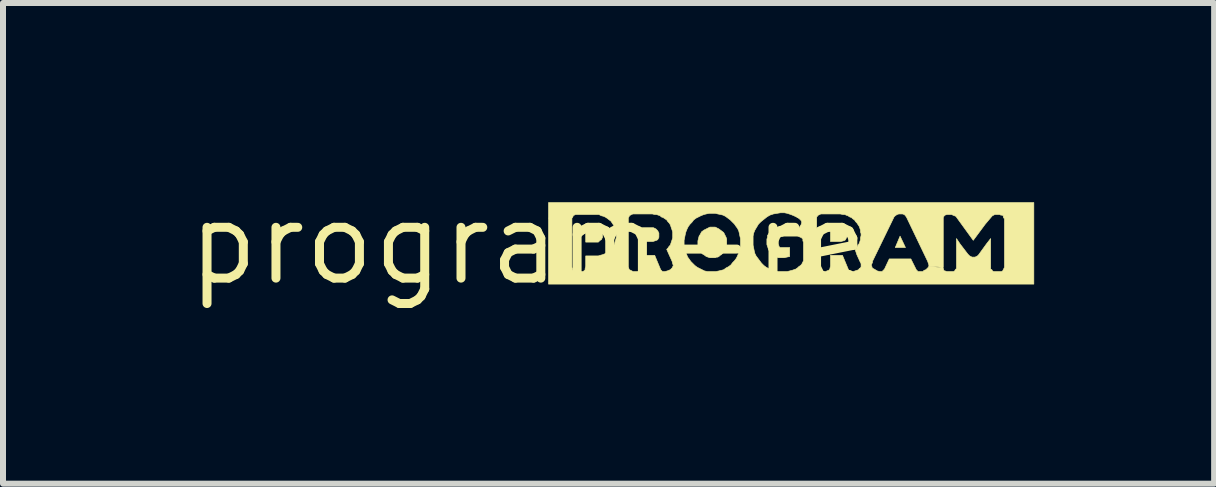
<source format=kicad_pcb>
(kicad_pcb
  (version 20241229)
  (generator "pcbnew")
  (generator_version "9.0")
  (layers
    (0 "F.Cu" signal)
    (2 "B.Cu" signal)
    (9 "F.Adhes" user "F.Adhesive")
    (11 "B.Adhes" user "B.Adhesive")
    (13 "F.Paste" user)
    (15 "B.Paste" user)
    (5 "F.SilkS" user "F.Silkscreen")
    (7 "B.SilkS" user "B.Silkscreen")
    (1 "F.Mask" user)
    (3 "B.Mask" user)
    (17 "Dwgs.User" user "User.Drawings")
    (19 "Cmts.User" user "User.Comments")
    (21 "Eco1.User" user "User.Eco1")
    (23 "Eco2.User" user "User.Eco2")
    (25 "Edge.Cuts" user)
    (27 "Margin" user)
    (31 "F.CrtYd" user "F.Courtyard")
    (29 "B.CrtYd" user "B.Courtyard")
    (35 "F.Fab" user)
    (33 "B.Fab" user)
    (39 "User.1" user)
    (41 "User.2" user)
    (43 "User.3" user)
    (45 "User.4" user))
  (footprint "program-re"
    (layer "F.Cu")
    (at 5.753 1.006)
    (property "Reference" "program-re" (at 0 0 0) (layer "F.SilkS") (effects (font (size 1.27 1.27) (thickness 0.15))))
    (attr board_only exclude_from_pos_files exclude_from_bom)
    (fp_poly (pts (xy 6.2 -0.12) (xy 6.12 0.07) (xy 6.29 0.07) (xy 6.2 -0.12)) (stroke (width 0.01) (type solid)) (fill yes) (layer "F.SilkS"))
    (fp_poly (pts (xy 1.17 -0.02) (xy 1.2 -0.05) (xy 1.22 -0.06) (xy 1.23 -0.08) (xy 1.24 -0.1) (xy 1.24 -0.13) (xy 1.24 -0.16) (xy 1.23 -0.19) (xy 1.21 -0.21) (xy 1.2 -0.22) (xy 1.18 -0.24) (xy 1.16 -0.24) (xy 1.14 -0.25) (xy 1.13 -0.25) (xy 0.96 -0.25) (xy 0.96 -0.02) (xy 1.16 -0.02) (xy 1.17 -0.02)) (stroke (width 0.01) (type solid)) (fill yes) (layer "F.SilkS"))
    (fp_poly (pts (xy 1.9 -0.03) (xy 2.08 -0.03) (xy 2.11 -0.04) (xy 2.14 -0.05) (xy 2.16 -0.06) (xy 2.17 -0.08) (xy 2.18 -0.1) (xy 2.18 -0.12) (xy 2.18 -0.14) (xy 2.18 -0.17) (xy 2.17 -0.19) (xy 2.16 -0.21) (xy 2.15 -0.22) (xy 2.13 -0.24) (xy 2.11 -0.25) (xy 2.09 -0.26) (xy 2.07 -0.26) (xy 1.9 -0.26) (xy 1.9 -0.03)) (stroke (width 0.01) (type solid)) (fill yes) (layer "F.SilkS"))
    (fp_poly (pts (xy 5.04 -0.03) (xy 5.21 -0.03) (xy 5.25 -0.04) (xy 5.28 -0.05) (xy 5.29 -0.06) (xy 5.3 -0.08) (xy 5.31 -0.1) (xy 5.32 -0.12) (xy 5.32 -0.14) (xy 5.31 -0.17) (xy 5.31 -0.19) (xy 5.3 -0.21) (xy 5.28 -0.22) (xy 5.26 -0.24) (xy 5.24 -0.25) (xy 5.22 -0.26) (xy 5.2 -0.26) (xy 5.04 -0.26) (xy 5.04 -0.03)) (stroke (width 0.01) (type solid)) (fill yes) (layer "F.SilkS"))
    (fp_poly (pts (xy 2.83 0.1) (xy 2.91 0.18) (xy 2.93 0.19) (xy 2.97 0.22) (xy 3 0.23) (xy 3.03 0.24) (xy 3.05 0.24) (xy 3.07 0.24) (xy 3.1 0.24) (xy 3.12 0.24) (xy 3.14 0.23) (xy 3.16 0.23) (xy 3.18 0.22) (xy 3.2 0.2) (xy 3.22 0.19) (xy 3.24 0.17) (xy 3.26 0.15) (xy 3.27 0.13) (xy 3.29 0.11) (xy 3.29 0.09) (xy 3.3 0.07) (xy 3.31 0.04) (xy 3.31 0.02) (xy 3.31 -0.01) (xy 3.31 -0.04) (xy 3.31 -0.07) (xy 3.3 -0.1) (xy 3.29 -0.12) (xy 3.28 -0.14) (xy 3.27 -0.16) (xy 3.26 -0.18) (xy 3.22 -0.21) (xy 3.18 -0.24) (xy 3.16 -0.25) (xy 3.14 -0.26) (xy 3.12 -0.27) (xy 3.1 -0.27) (xy 3.07 -0.27) (xy 3.05 -0.27) (xy 3.03 -0.27) (xy 3.01 -0.26) (xy 2.97 -0.24) (xy 2.93 -0.22) (xy 2.89 -0.19) (xy 2.87 -0.15) (xy 2.85 -0.12) (xy 2.84 -0.08) (xy 2.83 -0.04) (xy 2.83 0.1)) (stroke (width 0.01) (type solid)) (fill yes) (layer "F.SilkS"))
    (fp_poly (pts (xy 0.68 -0.68) (xy 0.34 -0.68) (xy 0.34 0.68) (xy 8.43 0.68) (xy 8.43 -0.68) (xy 0.68 -0.68) (xy 0.77 -0.47) (xy 0.79 -0.48) (xy 0.81 -0.48) (xy 0.84 -0.48) (xy 1.14 -0.48) (xy 1.18 -0.48) (xy 1.22 -0.46) (xy 1.26 -0.45) (xy 1.3 -0.43) (xy 1.34 -0.4) (xy 1.38 -0.37) (xy 1.4 -0.34) (xy 1.42 -0.31) (xy 1.67 -0.42) (xy 1.67 -0.43) (xy 1.68 -0.44) (xy 1.69 -0.46) (xy 1.7 -0.47) (xy 1.71 -0.47) (xy 1.72 -0.48) (xy 1.75 -0.49) (xy 1.77 -0.49) (xy 2.07 -0.49) (xy 2.11 -0.48) (xy 2.14 -0.48) (xy 2.17 -0.47) (xy 2.2 -0.46) (xy 2.22 -0.44) (xy 2.25 -0.43) (xy 2.28 -0.41) (xy 2.31 -0.39) (xy 2.33 -0.36) (xy 2.35 -0.34) (xy 2.37 -0.31) (xy 2.38 -0.28) (xy 2.39 -0.25) (xy 2.4 -0.22) (xy 2.41 -0.19) (xy 2.41 -0.16) (xy 2.41 -0.13) (xy 2.41 -0.09) (xy 2.6 -0.05) (xy 2.61 -0.1) (xy 2.62 -0.15) (xy 2.63 -0.19) (xy 2.65 -0.24) (xy 2.67 -0.28) (xy 2.7 -0.32) (xy 2.73 -0.35) (xy 2.76 -0.39) (xy 2.8 -0.42) (xy 2.84 -0.44) (xy 2.88 -0.46) (xy 2.93 -0.48) (xy 2.97 -0.49) (xy 3.02 -0.5) (xy 3.07 -0.5) (xy 3.12 -0.5) (xy 3.16 -0.49) (xy 3.21 -0.48) (xy 3.25 -0.47) (xy 3.29 -0.45) (xy 3.33 -0.42) (xy 3.37 -0.39) (xy 3.4 -0.36) (xy 3.44 -0.32) (xy 3.46 -0.29) (xy 3.49 -0.25) (xy 3.51 -0.21) (xy 3.52 -0.17) (xy 3.53 -0.12) (xy 3.54 -0.08) (xy 3.54 -0.03) (xy 3.75 -0.02) (xy 3.75 -0.07) (xy 3.75 -0.12) (xy 3.76 -0.17) (xy 3.78 -0.22) (xy 3.81 -0.27) (xy 3.84 -0.32) (xy 3.88 -0.36) (xy 3.93 -0.4) (xy 3.98 -0.44) (xy 4.03 -0.47) (xy 4.09 -0.49) (xy 4.15 -0.5) (xy 4.21 -0.51) (xy 4.27 -0.51) (xy 4.32 -0.5) (xy 4.38 -0.48) (xy 4.43 -0.46) (xy 4.49 -0.43) (xy 4.52 -0.41) (xy 4.53 -0.4) (xy 4.55 -0.38) (xy 4.56 -0.36) (xy 4.56 -0.34) (xy 4.55 -0.31) (xy 4.53 -0.28) (xy 4.52 -0.26) (xy 4.49 -0.23) (xy 4.46 -0.22) (xy 4.45 -0.21) (xy 4.44 -0.21) (xy 4.42 -0.21) (xy 4.39 -0.23) (xy 4.33 -0.26) (xy 4.31 -0.27) (xy 4.29 -0.27) (xy 4.24 -0.28) (xy 4.19 -0.28) (xy 4.16 -0.27) (xy 4.13 -0.26) (xy 4.11 -0.25) (xy 4.08 -0.24) (xy 4.06 -0.22) (xy 4.04 -0.2) (xy 4.02 -0.18) (xy 4.01 -0.16) (xy 3.99 -0.13) (xy 3.99 -0.1) (xy 3.98 -0.07) (xy 3.98 -0.04) (xy 3.98 -0.01) (xy 3.98 0.02) (xy 3.99 0.05) (xy 4 0.08) (xy 4.01 0.11) (xy 4.03 0.14) (xy 4.05 0.16) (xy 4.07 0.18) (xy 4.1 0.2) (xy 4.12 0.22) (xy 4.15 0.23) (xy 4.17 0.24) (xy 4.22 0.24) (xy 4.27 0.24) (xy 4.31 0.23) (xy 4.36 0.22) (xy 4.36 0.07) (xy 4.25 0.07) (xy 4.22 0.07) (xy 4.2 0.07) (xy 4.19 0.06) (xy 4.18 0.05) (xy 4.18 0.04) (xy 4.17 0.01) (xy 4.17 -0.04) (xy 4.18 -0.06) (xy 4.18 -0.09) (xy 4.19 -0.1) (xy 4.21 -0.11) (xy 4.23 -0.11) (xy 4.26 -0.12) (xy 4.49 -0.12) (xy 4.52 -0.11) (xy 4.54 -0.1) (xy 4.55 -0.1) (xy 4.57 -0.08) (xy 4.58 -0.07) (xy 4.58 -0.06) (xy 4.58 -0.04) (xy 4.59 -0.02) (xy 4.59 0.29) (xy 4.58 0.31) (xy 4.81 0.36) (xy 4.81 -0.42) (xy 4.81 -0.43) (xy 4.81 -0.44) (xy 4.83 -0.46) (xy 4.83 -0.47) (xy 4.84 -0.47) (xy 4.86 -0.48) (xy 4.88 -0.49) (xy 4.91 -0.49) (xy 5.2 -0.49) (xy 5.25 -0.48) (xy 5.28 -0.48) (xy 5.3 -0.47) (xy 5.33 -0.46) (xy 5.36 -0.44) (xy 5.39 -0.43) (xy 5.41 -0.41) (xy 5.44 -0.39) (xy 5.46 -0.36) (xy 5.48 -0.34) (xy 5.5 -0.31) (xy 5.52 -0.28) (xy 5.53 -0.25) (xy 5.54 -0.22) (xy 5.54 -0.19) (xy 5.55 -0.16) (xy 5.55 -0.13) (xy 5.54 -0.09) (xy 5.54 -0.06) (xy 5.53 -0.03) (xy 5.52 0) (xy 5.5 0.03) (xy 5.49 0.05) (xy 5.47 0.08) (xy 5.45 0.1) (xy 5.48 0.19) (xy 5.53 0.3) (xy 5.55 0.34) (xy 5.55 0.37) (xy 5.72 0.37) (xy 5.72 0.36) (xy 5.74 0.32) (xy 5.74 0.3) (xy 6.1 -0.44) (xy 6.12 -0.46) (xy 6.15 -0.48) (xy 6.18 -0.49) (xy 6.21 -0.49) (xy 6.24 -0.49) (xy 6.27 -0.48) (xy 6.29 -0.46) (xy 6.31 -0.43) (xy 6.66 0.3) (xy 6.67 0.33) (xy 6.68 0.36) (xy 6.68 0.38) (xy 6.92 0.4) (xy 6.92 -0.41) (xy 6.92 -0.42) (xy 6.92 -0.43) (xy 6.93 -0.45) (xy 6.94 -0.46) (xy 6.95 -0.47) (xy 6.98 -0.48) (xy 7 -0.48) (xy 7.04 -0.48) (xy 7.06 -0.48) (xy 7.08 -0.47) (xy 7.13 -0.45) (xy 7.42 -0.05) (xy 7.62 -0.32) (xy 7.73 -0.45) (xy 7.74 -0.46) (xy 7.76 -0.47) (xy 7.78 -0.48) (xy 7.82 -0.48) (xy 7.86 -0.48) (xy 7.88 -0.47) (xy 7.9 -0.47) (xy 7.92 -0.46) (xy 7.92 -0.44) (xy 7.93 -0.42) (xy 7.94 -0.41) (xy 7.94 0.36) (xy 7.94 0.4) (xy 7.93 0.42) (xy 7.92 0.44) (xy 7.91 0.46) (xy 7.89 0.47) (xy 7.87 0.47) (xy 7.83 0.47) (xy 7.79 0.47) (xy 7.76 0.47) (xy 7.74 0.46) (xy 7.73 0.44) (xy 7.71 0.43) (xy 7.71 0.4) (xy 7.71 0.37) (xy 7.71 -0.08) (xy 7.64 0.01) (xy 7.51 0.19) (xy 7.49 0.21) (xy 7.47 0.22) (xy 7.45 0.23) (xy 7.43 0.23) (xy 7.4 0.23) (xy 7.38 0.22) (xy 7.36 0.21) (xy 7.34 0.19) (xy 7.33 0.18) (xy 7.2 0.01) (xy 7.14 -0.08) (xy 7.14 0.41) (xy 7.14 0.42) (xy 7.12 0.44) (xy 7.11 0.46) (xy 7.09 0.47) (xy 7.06 0.47) (xy 7.02 0.47) (xy 6.98 0.47) (xy 6.95 0.46) (xy 6.94 0.46) (xy 6.93 0.45) (xy 6.92 0.42) (xy 6.92 0.41) (xy 6.68 0.38) (xy 6.67 0.4) (xy 6.66 0.41) (xy 6.64 0.43) (xy 6.63 0.44) (xy 6.6 0.45) (xy 6.58 0.47) (xy 6.55 0.47) (xy 6.53 0.47) (xy 6.52 0.47) (xy 6.5 0.47) (xy 6.49 0.46) (xy 6.48 0.45) (xy 6.47 0.44) (xy 6.45 0.4) (xy 6.38 0.26) (xy 6.02 0.26) (xy 5.94 0.43) (xy 5.93 0.44) (xy 5.91 0.46) (xy 5.9 0.47) (xy 5.88 0.47) (xy 5.87 0.47) (xy 5.86 0.47) (xy 5.82 0.46) (xy 5.77 0.43) (xy 5.75 0.42) (xy 5.74 0.41) (xy 5.73 0.4) (xy 5.73 0.38) (xy 5.72 0.37) (xy 5.55 0.37) (xy 5.55 0.39) (xy 5.54 0.41) (xy 5.52 0.42) (xy 5.51 0.44) (xy 5.45 0.46) (xy 5.42 0.47) (xy 5.4 0.47) (xy 5.39 0.47) (xy 5.38 0.47) (xy 5.36 0.46) (xy 5.35 0.45) (xy 5.34 0.44) (xy 5.24 0.2) (xy 5.04 0.2) (xy 5.04 0.38) (xy 5.03 0.42) (xy 5.03 0.43) (xy 5.02 0.44) (xy 5.01 0.45) (xy 4.98 0.46) (xy 4.96 0.47) (xy 4.92 0.47) (xy 4.89 0.47) (xy 4.86 0.46) (xy 4.84 0.45) (xy 4.83 0.44) (xy 4.82 0.43) (xy 4.82 0.42) (xy 4.81 0.39) (xy 4.81 0.36) (xy 4.58 0.31) (xy 4.57 0.33) (xy 4.56 0.35) (xy 4.54 0.37) (xy 4.51 0.39) (xy 4.49 0.41) (xy 4.46 0.43) (xy 4.43 0.44) (xy 4.4 0.45) (xy 4.36 0.46) (xy 4.32 0.47) (xy 4.28 0.47) (xy 4.24 0.47) (xy 4.2 0.47) (xy 4.16 0.47) (xy 4.13 0.46) (xy 4.09 0.46) (xy 4.05 0.44) (xy 4.01 0.42) (xy 3.97 0.4) (xy 3.93 0.37) (xy 3.89 0.33) (xy 3.86 0.29) (xy 3.83 0.25) (xy 3.8 0.21) (xy 3.78 0.17) (xy 3.77 0.13) (xy 3.76 0.08) (xy 3.75 0.03) (xy 3.75 -0.02) (xy 3.54 -0.03) (xy 3.54 0.02) (xy 3.54 0.07) (xy 3.53 0.12) (xy 3.51 0.16) (xy 3.49 0.21) (xy 3.47 0.25) (xy 3.44 0.29) (xy 3.41 0.32) (xy 3.38 0.36) (xy 3.34 0.39) (xy 3.3 0.41) (xy 3.26 0.44) (xy 3.22 0.45) (xy 3.18 0.46) (xy 3.13 0.47) (xy 3.08 0.47) (xy 3.03 0.47) (xy 2.99 0.47) (xy 2.94 0.46) (xy 2.9 0.44) (xy 2.86 0.42) (xy 2.82 0.4) (xy 2.78 0.37) (xy 2.75 0.34) (xy 2.71 0.3) (xy 2.69 0.27) (xy 2.66 0.23) (xy 2.64 0.18) (xy 2.62 0.14) (xy 2.61 0.1) (xy 2.6 0.05) (xy 2.6 0) (xy 2.6 -0.05) (xy 2.41 -0.09) (xy 2.4 -0.06) (xy 2.39 -0.03) (xy 2.38 0) (xy 2.37 0.03) (xy 2.35 0.05) (xy 2.33 0.08) (xy 2.31 0.1) (xy 2.35 0.19) (xy 2.4 0.3) (xy 2.41 0.34) (xy 2.42 0.37) (xy 2.41 0.39) (xy 2.4 0.41) (xy 2.39 0.42) (xy 2.37 0.44) (xy 2.32 0.46) (xy 2.28 0.47) (xy 2.27 0.47) (xy 2.25 0.47) (xy 2.24 0.47) (xy 2.23 0.46) (xy 2.22 0.45) (xy 2.21 0.44) (xy 2.11 0.2) (xy 1.9 0.2) (xy 1.9 0.38) (xy 1.89 0.42) (xy 1.89 0.43) (xy 1.88 0.44) (xy 1.87 0.45) (xy 1.85 0.46) (xy 1.82 0.47) (xy 1.79 0.47) (xy 1.75 0.47) (xy 1.73 0.46) (xy 1.71 0.45) (xy 1.69 0.44) (xy 1.68 0.43) (xy 1.68 0.42) (xy 1.67 0.39) (xy 1.67 0.36) (xy 1.67 -0.42) (xy 1.42 -0.31) (xy 1.47 -0.22) (xy 1.47 -0.1) (xy 1.46 -0.06) (xy 1.45 -0.03) (xy 1.44 0.01) (xy 1.42 0.05) (xy 1.4 0.08) (xy 1.37 0.11) (xy 1.33 0.14) (xy 1.29 0.17) (xy 1.24 0.19) (xy 1.2 0.2) (xy 1.17 0.21) (xy 1.14 0.21) (xy 0.96 0.21) (xy 0.96 0.38) (xy 0.95 0.42) (xy 0.95 0.44) (xy 0.94 0.45) (xy 0.93 0.46) (xy 0.91 0.47) (xy 0.88 0.47) (xy 0.85 0.47) (xy 0.81 0.47) (xy 0.79 0.47) (xy 0.76 0.46) (xy 0.75 0.45) (xy 0.74 0.44) (xy 0.74 0.42) (xy 0.73 0.4) (xy 0.73 0.37) (xy 0.73 -0.41) (xy 0.73 -0.42) (xy 0.74 -0.43) (xy 0.75 -0.45) (xy 0.75 -0.46) (xy 0.77 -0.47) (xy 0.68 -0.68)) (stroke (width 0.01) (type solid)) (fill yes) (layer "F.SilkS")))
  (gr_rect
    (start -3 -3)
    (end 17.188 5.012)
    (stroke (width 0.1) (type default))
    (fill no)
    (layer "Edge.Cuts")))
</source>
